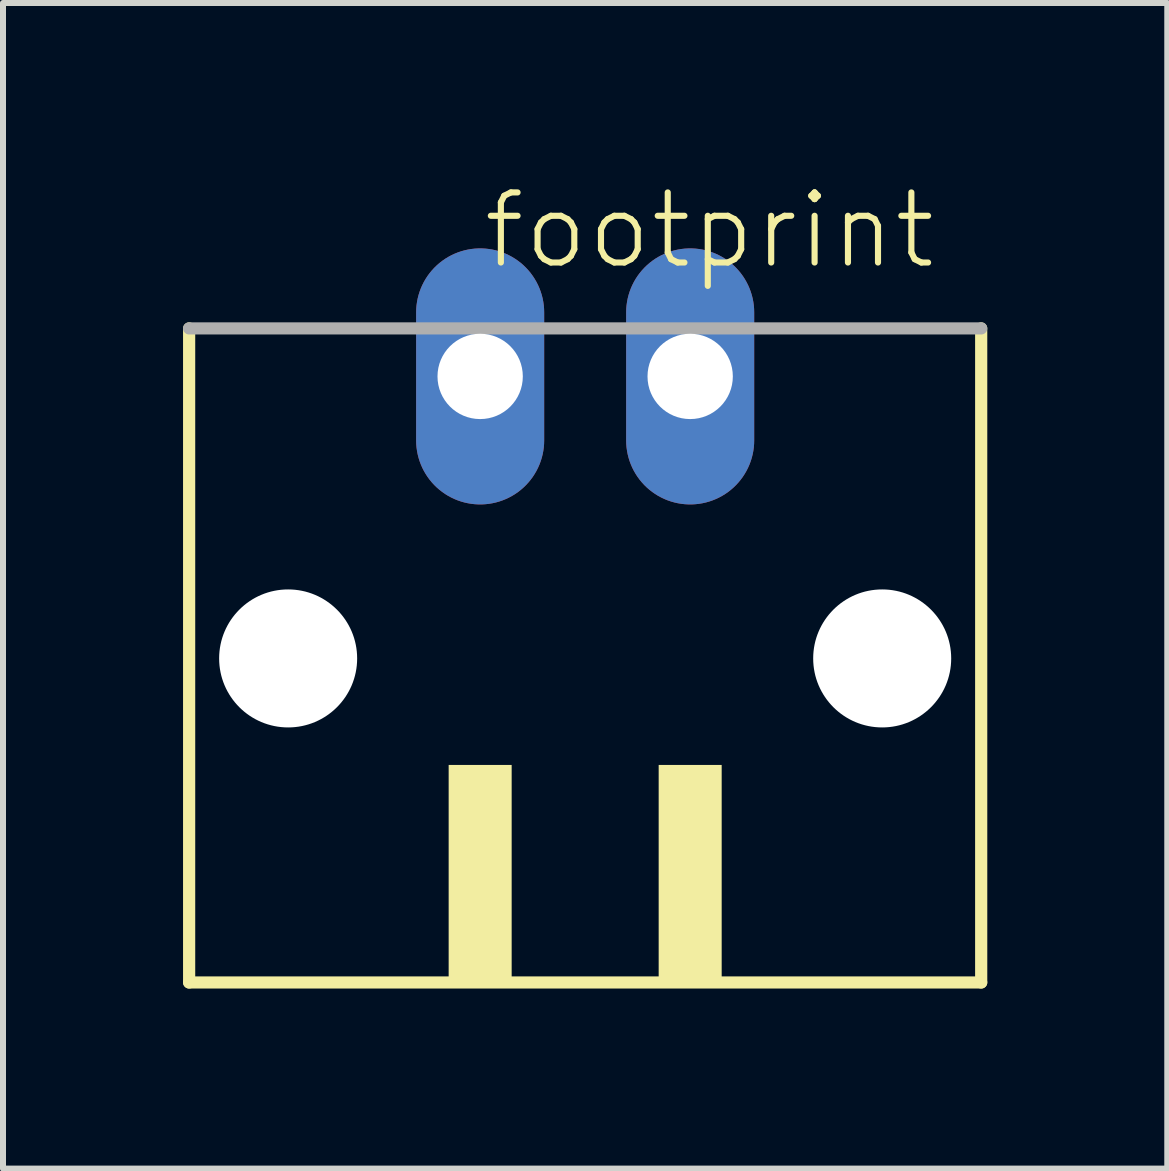
<source format=kicad_pcb>
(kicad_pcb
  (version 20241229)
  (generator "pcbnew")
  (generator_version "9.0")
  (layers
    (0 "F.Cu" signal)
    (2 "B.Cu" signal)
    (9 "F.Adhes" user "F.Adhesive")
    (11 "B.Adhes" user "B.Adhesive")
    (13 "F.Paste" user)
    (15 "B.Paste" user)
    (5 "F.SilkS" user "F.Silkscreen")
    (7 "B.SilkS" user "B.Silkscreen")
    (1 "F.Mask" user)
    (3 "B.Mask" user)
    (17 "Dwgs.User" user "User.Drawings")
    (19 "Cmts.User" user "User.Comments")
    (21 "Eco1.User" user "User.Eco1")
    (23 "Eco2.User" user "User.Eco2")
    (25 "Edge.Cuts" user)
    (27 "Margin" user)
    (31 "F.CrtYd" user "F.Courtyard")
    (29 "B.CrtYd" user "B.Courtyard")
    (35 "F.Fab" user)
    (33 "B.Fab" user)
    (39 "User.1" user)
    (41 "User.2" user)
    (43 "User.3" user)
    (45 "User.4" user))
  (footprint "footprint"
    (layer "F.Cu")
    (at 6.702 8.473)
    (property "Reference" "footprint" (at -1.75 -7 0) (layer "F.SilkS") (effects (font (size 1.168 1.168) (thickness 0.102)) (justify left bottom)))
    (fp_line (start -6.6 -6.05) (end -6.6 4.85) (stroke (width 0.203) (type solid)) (layer "F.SilkS"))
    (fp_line (start -6.6 4.85) (end 6.6 4.85) (stroke (width 0.203) (type solid)) (layer "F.SilkS"))
    (fp_line (start 6.6 4.85) (end 6.6 -6.05) (stroke (width 0.203) (type solid)) (layer "F.SilkS"))
    (fp_poly (pts (xy -2.275 4.9) (xy -1.225 4.9) (xy -1.225 1.225) (xy -2.275 1.225)) (stroke (width 0) (type solid)) (fill yes) (layer "F.SilkS"))
    (fp_poly (pts (xy 1.225 4.9) (xy 2.275 4.9) (xy 2.275 1.225) (xy 1.225 1.225)) (stroke (width 0) (type solid)) (fill yes) (layer "F.SilkS"))
    (fp_line (start 6.6 -6.05) (end -6.6 -6.05) (stroke (width 0.203) (type solid)) (layer "F.Fab"))
    (pad "" np_thru_hole circle (at -4.95 -0.55) (size 2.3 2.3) (drill 2.3) (layers "*.Cu" "*.Mask"))
    (pad "" np_thru_hole circle (at 4.95 -0.55) (size 2.3 2.3) (drill 2.3) (layers "*.Cu" "*.Mask"))
    (pad "1" thru_hole oval (at -1.75 -5.25 90) (size 4.267 2.134) (drill 1.422) (layers "*.Cu" "*.Mask"))
    (pad "2" thru_hole oval (at 1.75 -5.25 90) (size 4.267 2.134) (drill 1.422) (layers "*.Cu" "*.Mask")))
  (gr_rect
    (start -3 -3)
    (end 16.403 16.425)
    (stroke (width 0.1) (type default))
    (fill no)
    (layer "Edge.Cuts")))
</source>
